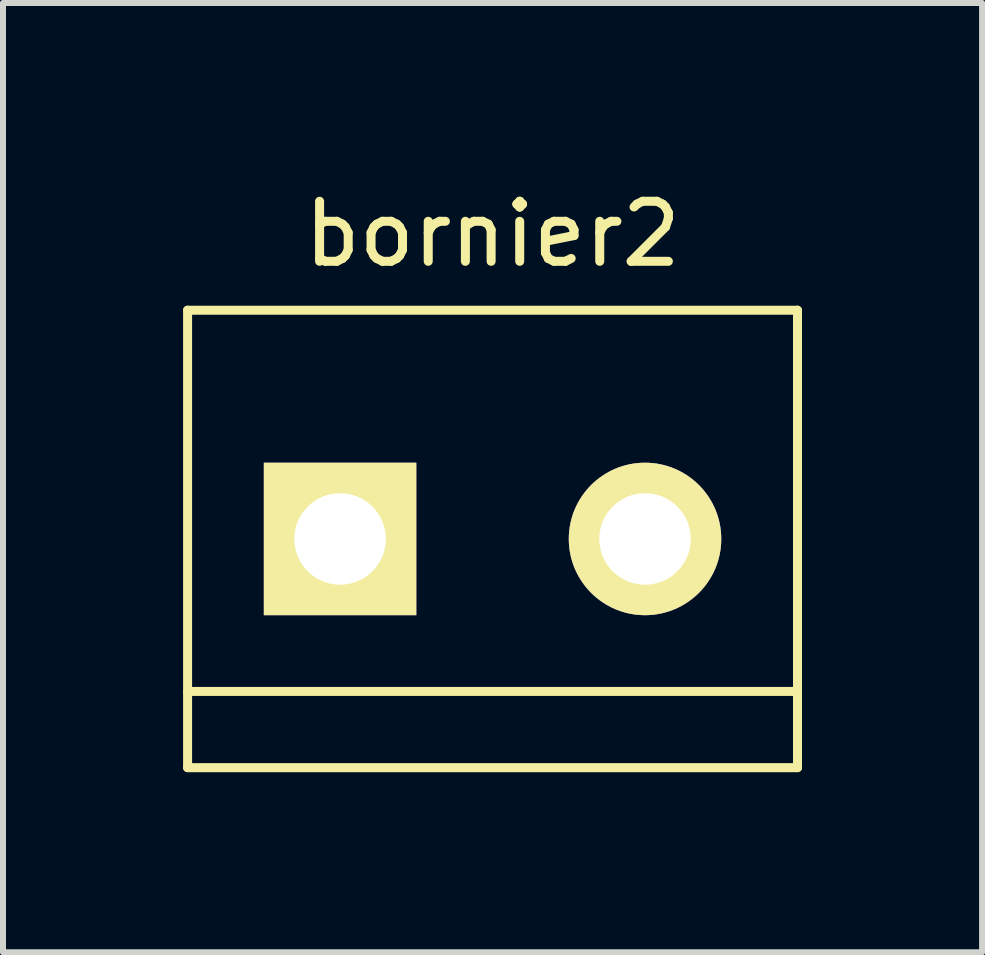
<source format=kicad_pcb>
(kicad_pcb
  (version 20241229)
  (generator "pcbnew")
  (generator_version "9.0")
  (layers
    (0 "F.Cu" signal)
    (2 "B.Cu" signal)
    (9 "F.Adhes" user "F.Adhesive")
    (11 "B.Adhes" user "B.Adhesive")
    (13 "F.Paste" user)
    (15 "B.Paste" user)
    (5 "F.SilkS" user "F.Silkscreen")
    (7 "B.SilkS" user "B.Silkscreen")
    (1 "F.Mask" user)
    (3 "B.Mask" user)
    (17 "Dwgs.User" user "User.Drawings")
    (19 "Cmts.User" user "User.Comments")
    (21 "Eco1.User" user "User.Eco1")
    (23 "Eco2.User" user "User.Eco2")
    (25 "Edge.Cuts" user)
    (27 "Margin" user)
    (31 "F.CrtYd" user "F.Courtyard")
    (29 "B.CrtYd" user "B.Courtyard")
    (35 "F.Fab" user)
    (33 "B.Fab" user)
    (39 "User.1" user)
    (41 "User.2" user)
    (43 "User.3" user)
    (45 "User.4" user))
  (footprint "bornier2"
    (layer "F.Cu")
    (at 5.155 5.928)
    (property "Reference" "bornier2" (at 0 -5.08 0) (layer "F.SilkS") (effects (font (size 1 1) (thickness 0.15))))
    (attr through_hole)
    (fp_line (start -5.08 -3.81) (end -5.08 3.81) (stroke (width 0.15) (type solid)) (layer "F.SilkS"))
    (fp_line (start -5.08 3.81) (end 5.08 3.81) (stroke (width 0.15) (type solid)) (layer "F.SilkS"))
    (fp_line (start 5.08 -3.81) (end -5.08 -3.81) (stroke (width 0.15) (type solid)) (layer "F.SilkS"))
    (fp_line (start 5.08 2.54) (end -5.08 2.54) (stroke (width 0.15) (type solid)) (layer "F.SilkS"))
    (fp_line (start 5.08 3.81) (end 5.08 -3.81) (stroke (width 0.15) (type solid)) (layer "F.SilkS"))
    (pad "1" thru_hole rect (at -2.54 0) (size 2.54 2.54) (drill 1.524) (layers "*.Cu" "*.Mask" "F.SilkS"))
    (pad "2" thru_hole circle (at 2.54 0) (size 2.54 2.54) (drill 1.524) (layers "*.Cu" "*.Mask" "F.SilkS")))
  (gr_rect
    (start -3 -3)
    (end 13.31 12.813)
    (stroke (width 0.1) (type default))
    (fill no)
    (layer "Edge.Cuts")))
</source>
